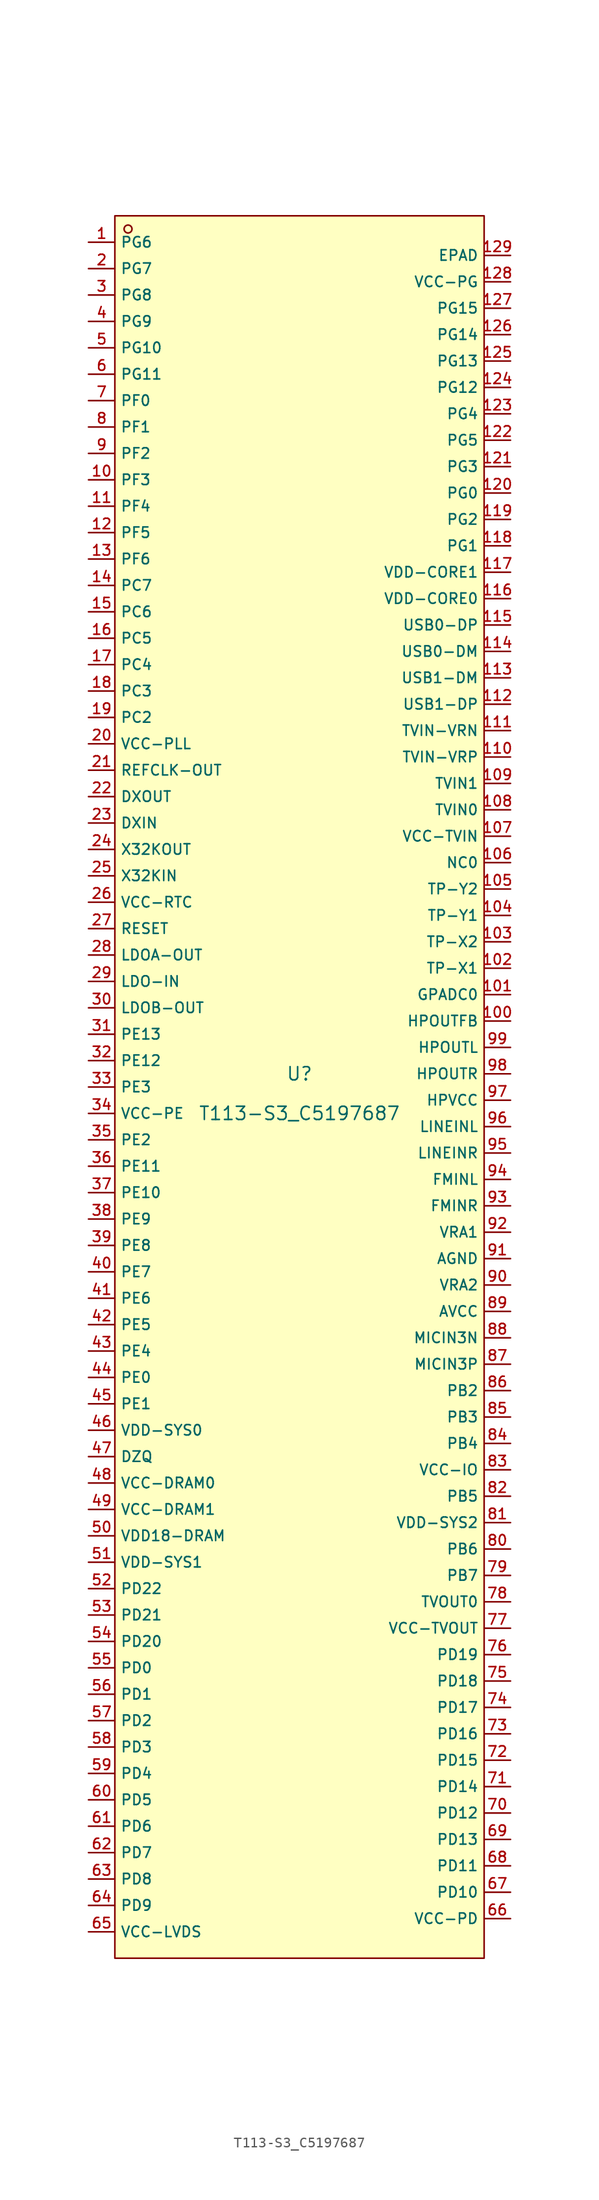
<source format=kicad_sym>
(kicad_symbol_lib
  (version 20210201)
  (generator TousstNicolas/JLC2KiCad_lib)
  (symbol "T113-S3_C5197687"
    (property "Reference" "U"
      (at 0 1.27 0)
      (effects (font (size 1.27 1.27))))
    (property "Value" "T113-S3_C5197687"
      (at 0 -2.54 0)
      (effects (font (size 1.27 1.27))))
    (symbol "T113-S3_C5197687_0_1"
      (rectangle (start -17.78 83.82) (end 17.78 -83.82) (stroke (width 0) (type default) (color 0 0 0 0)) (fill (type background)))
      (circle (center -16.51 82.55) (radius 0.381) (stroke (width 0) (type default) (color 0 0 0 0)) (fill (type background)))
      (pin unspecified line (at -20.32 81.28 0) (length 2.54) (name "PG6" (effects (font (size 1 1)))) (number "1" (effects (font (size 1 1)))))
      (pin unspecified line (at -20.32 78.74 0) (length 2.54) (name "PG7" (effects (font (size 1 1)))) (number "2" (effects (font (size 1 1)))))
      (pin unspecified line (at -20.32 76.2 0) (length 2.54) (name "PG8" (effects (font (size 1 1)))) (number "3" (effects (font (size 1 1)))))
      (pin unspecified line (at -20.32 73.66 0) (length 2.54) (name "PG9" (effects (font (size 1 1)))) (number "4" (effects (font (size 1 1)))))
      (pin unspecified line (at -20.32 71.12 0) (length 2.54) (name "PG10" (effects (font (size 1 1)))) (number "5" (effects (font (size 1 1)))))
      (pin unspecified line (at -20.32 68.58 0) (length 2.54) (name "PG11" (effects (font (size 1 1)))) (number "6" (effects (font (size 1 1)))))
      (pin unspecified line (at -20.32 66.04 0) (length 2.54) (name "PF0" (effects (font (size 1 1)))) (number "7" (effects (font (size 1 1)))))
      (pin unspecified line (at -20.32 63.5 0) (length 2.54) (name "PF1" (effects (font (size 1 1)))) (number "8" (effects (font (size 1 1)))))
      (pin unspecified line (at -20.32 60.96 0) (length 2.54) (name "PF2" (effects (font (size 1 1)))) (number "9" (effects (font (size 1 1)))))
      (pin unspecified line (at -20.32 58.42 0) (length 2.54) (name "PF3" (effects (font (size 1 1)))) (number "10" (effects (font (size 1 1)))))
      (pin unspecified line (at -20.32 55.88 0) (length 2.54) (name "PF4" (effects (font (size 1 1)))) (number "11" (effects (font (size 1 1)))))
      (pin unspecified line (at -20.32 53.34 0) (length 2.54) (name "PF5" (effects (font (size 1 1)))) (number "12" (effects (font (size 1 1)))))
      (pin unspecified line (at -20.32 50.8 0) (length 2.54) (name "PF6" (effects (font (size 1 1)))) (number "13" (effects (font (size 1 1)))))
      (pin unspecified line (at -20.32 48.26 0) (length 2.54) (name "PC7" (effects (font (size 1 1)))) (number "14" (effects (font (size 1 1)))))
      (pin unspecified line (at -20.32 45.72 0) (length 2.54) (name "PC6" (effects (font (size 1 1)))) (number "15" (effects (font (size 1 1)))))
      (pin unspecified line (at -20.32 43.18 0) (length 2.54) (name "PC5" (effects (font (size 1 1)))) (number "16" (effects (font (size 1 1)))))
      (pin unspecified line (at -20.32 40.64 0) (length 2.54) (name "PC4" (effects (font (size 1 1)))) (number "17" (effects (font (size 1 1)))))
      (pin unspecified line (at -20.32 38.1 0) (length 2.54) (name "PC3" (effects (font (size 1 1)))) (number "18" (effects (font (size 1 1)))))
      (pin unspecified line (at -20.32 35.56 0) (length 2.54) (name "PC2" (effects (font (size 1 1)))) (number "19" (effects (font (size 1 1)))))
      (pin unspecified line (at -20.32 33.02 0) (length 2.54) (name "VCC-PLL" (effects (font (size 1 1)))) (number "20" (effects (font (size 1 1)))))
      (pin unspecified line (at -20.32 30.48 0) (length 2.54) (name "REFCLK-OUT" (effects (font (size 1 1)))) (number "21" (effects (font (size 1 1)))))
      (pin unspecified line (at -20.32 27.94 0) (length 2.54) (name "DXOUT" (effects (font (size 1 1)))) (number "22" (effects (font (size 1 1)))))
      (pin unspecified line (at -20.32 25.4 0) (length 2.54) (name "DXIN" (effects (font (size 1 1)))) (number "23" (effects (font (size 1 1)))))
      (pin unspecified line (at -20.32 22.86 0) (length 2.54) (name "X32KOUT" (effects (font (size 1 1)))) (number "24" (effects (font (size 1 1)))))
      (pin unspecified line (at -20.32 20.32 0) (length 2.54) (name "X32KIN" (effects (font (size 1 1)))) (number "25" (effects (font (size 1 1)))))
      (pin unspecified line (at -20.32 17.78 0) (length 2.54) (name "VCC-RTC" (effects (font (size 1 1)))) (number "26" (effects (font (size 1 1)))))
      (pin unspecified line (at -20.32 15.24 0) (length 2.54) (name "RESET" (effects (font (size 1 1)))) (number "27" (effects (font (size 1 1)))))
      (pin unspecified line (at -20.32 12.7 0) (length 2.54) (name "LDOA-OUT" (effects (font (size 1 1)))) (number "28" (effects (font (size 1 1)))))
      (pin unspecified line (at -20.32 10.16 0) (length 2.54) (name "LDO-IN" (effects (font (size 1 1)))) (number "29" (effects (font (size 1 1)))))
      (pin unspecified line (at -20.32 7.62 0) (length 2.54) (name "LDOB-OUT" (effects (font (size 1 1)))) (number "30" (effects (font (size 1 1)))))
      (pin unspecified line (at -20.32 5.08 0) (length 2.54) (name "PE13" (effects (font (size 1 1)))) (number "31" (effects (font (size 1 1)))))
      (pin unspecified line (at -20.32 2.54 0) (length 2.54) (name "PE12" (effects (font (size 1 1)))) (number "32" (effects (font (size 1 1)))))
      (pin unspecified line (at -20.32 -0.0 0) (length 2.54) (name "PE3" (effects (font (size 1 1)))) (number "33" (effects (font (size 1 1)))))
      (pin unspecified line (at -20.32 -2.54 0) (length 2.54) (name "VCC-PE" (effects (font (size 1 1)))) (number "34" (effects (font (size 1 1)))))
      (pin unspecified line (at -20.32 -5.08 0) (length 2.54) (name "PE2" (effects (font (size 1 1)))) (number "35" (effects (font (size 1 1)))))
      (pin unspecified line (at -20.32 -7.62 0) (length 2.54) (name "PE11" (effects (font (size 1 1)))) (number "36" (effects (font (size 1 1)))))
      (pin unspecified line (at -20.32 -10.16 0) (length 2.54) (name "PE10" (effects (font (size 1 1)))) (number "37" (effects (font (size 1 1)))))
      (pin unspecified line (at -20.32 -12.7 0) (length 2.54) (name "PE9" (effects (font (size 1 1)))) (number "38" (effects (font (size 1 1)))))
      (pin unspecified line (at -20.32 -15.24 0) (length 2.54) (name "PE8" (effects (font (size 1 1)))) (number "39" (effects (font (size 1 1)))))
      (pin unspecified line (at -20.32 -17.78 0) (length 2.54) (name "PE7" (effects (font (size 1 1)))) (number "40" (effects (font (size 1 1)))))
      (pin unspecified line (at -20.32 -20.32 0) (length 2.54) (name "PE6" (effects (font (size 1 1)))) (number "41" (effects (font (size 1 1)))))
      (pin unspecified line (at -20.32 -22.86 0) (length 2.54) (name "PE5" (effects (font (size 1 1)))) (number "42" (effects (font (size 1 1)))))
      (pin unspecified line (at -20.32 -25.4 0) (length 2.54) (name "PE4" (effects (font (size 1 1)))) (number "43" (effects (font (size 1 1)))))
      (pin unspecified line (at -20.32 -27.94 0) (length 2.54) (name "PE0" (effects (font (size 1 1)))) (number "44" (effects (font (size 1 1)))))
      (pin unspecified line (at -20.32 -30.48 0) (length 2.54) (name "PE1" (effects (font (size 1 1)))) (number "45" (effects (font (size 1 1)))))
      (pin unspecified line (at -20.32 -33.02 0) (length 2.54) (name "VDD-SYS0" (effects (font (size 1 1)))) (number "46" (effects (font (size 1 1)))))
      (pin unspecified line (at -20.32 -35.56 0) (length 2.54) (name "DZQ" (effects (font (size 1 1)))) (number "47" (effects (font (size 1 1)))))
      (pin unspecified line (at -20.32 -38.1 0) (length 2.54) (name "VCC-DRAM0" (effects (font (size 1 1)))) (number "48" (effects (font (size 1 1)))))
      (pin unspecified line (at -20.32 -40.64 0) (length 2.54) (name "VCC-DRAM1" (effects (font (size 1 1)))) (number "49" (effects (font (size 1 1)))))
      (pin unspecified line (at -20.32 -43.18 0) (length 2.54) (name "VDD18-DRAM" (effects (font (size 1 1)))) (number "50" (effects (font (size 1 1)))))
      (pin unspecified line (at -20.32 -45.72 0) (length 2.54) (name "VDD-SYS1" (effects (font (size 1 1)))) (number "51" (effects (font (size 1 1)))))
      (pin unspecified line (at -20.32 -48.26 0) (length 2.54) (name "PD22" (effects (font (size 1 1)))) (number "52" (effects (font (size 1 1)))))
      (pin unspecified line (at -20.32 -50.8 0) (length 2.54) (name "PD21" (effects (font (size 1 1)))) (number "53" (effects (font (size 1 1)))))
      (pin unspecified line (at -20.32 -53.34 0) (length 2.54) (name "PD20" (effects (font (size 1 1)))) (number "54" (effects (font (size 1 1)))))
      (pin unspecified line (at -20.32 -55.88 0) (length 2.54) (name "PD0" (effects (font (size 1 1)))) (number "55" (effects (font (size 1 1)))))
      (pin unspecified line (at -20.32 -58.42 0) (length 2.54) (name "PD1" (effects (font (size 1 1)))) (number "56" (effects (font (size 1 1)))))
      (pin unspecified line (at -20.32 -60.96 0) (length 2.54) (name "PD2" (effects (font (size 1 1)))) (number "57" (effects (font (size 1 1)))))
      (pin unspecified line (at -20.32 -63.5 0) (length 2.54) (name "PD3" (effects (font (size 1 1)))) (number "58" (effects (font (size 1 1)))))
      (pin unspecified line (at -20.32 -66.04 0) (length 2.54) (name "PD4" (effects (font (size 1 1)))) (number "59" (effects (font (size 1 1)))))
      (pin unspecified line (at -20.32 -68.58 0) (length 2.54) (name "PD5" (effects (font (size 1 1)))) (number "60" (effects (font (size 1 1)))))
      (pin unspecified line (at -20.32 -71.12 0) (length 2.54) (name "PD6" (effects (font (size 1 1)))) (number "61" (effects (font (size 1 1)))))
      (pin unspecified line (at -20.32 -73.66 0) (length 2.54) (name "PD7" (effects (font (size 1 1)))) (number "62" (effects (font (size 1 1)))))
      (pin unspecified line (at -20.32 -76.2 0) (length 2.54) (name "PD8" (effects (font (size 1 1)))) (number "63" (effects (font (size 1 1)))))
      (pin unspecified line (at -20.32 -78.74 0) (length 2.54) (name "PD9" (effects (font (size 1 1)))) (number "64" (effects (font (size 1 1)))))
      (pin unspecified line (at -20.32 -81.28 0) (length 2.54) (name "VCC-LVDS" (effects (font (size 1 1)))) (number "65" (effects (font (size 1 1)))))
      (pin unspecified line (at 20.32 -80.01 180) (length 2.54) (name "VCC-PD" (effects (font (size 1 1)))) (number "66" (effects (font (size 1 1)))))
      (pin unspecified line (at 20.32 -77.47 180) (length 2.54) (name "PD10" (effects (font (size 1 1)))) (number "67" (effects (font (size 1 1)))))
      (pin unspecified line (at 20.32 -74.93 180) (length 2.54) (name "PD11" (effects (font (size 1 1)))) (number "68" (effects (font (size 1 1)))))
      (pin unspecified line (at 20.32 -72.39 180) (length 2.54) (name "PD13" (effects (font (size 1 1)))) (number "69" (effects (font (size 1 1)))))
      (pin unspecified line (at 20.32 -69.85 180) (length 2.54) (name "PD12" (effects (font (size 1 1)))) (number "70" (effects (font (size 1 1)))))
      (pin unspecified line (at 20.32 -67.31 180) (length 2.54) (name "PD14" (effects (font (size 1 1)))) (number "71" (effects (font (size 1 1)))))
      (pin unspecified line (at 20.32 -64.77 180) (length 2.54) (name "PD15" (effects (font (size 1 1)))) (number "72" (effects (font (size 1 1)))))
      (pin unspecified line (at 20.32 -62.23 180) (length 2.54) (name "PD16" (effects (font (size 1 1)))) (number "73" (effects (font (size 1 1)))))
      (pin unspecified line (at 20.32 -59.69 180) (length 2.54) (name "PD17" (effects (font (size 1 1)))) (number "74" (effects (font (size 1 1)))))
      (pin unspecified line (at 20.32 -57.15 180) (length 2.54) (name "PD18" (effects (font (size 1 1)))) (number "75" (effects (font (size 1 1)))))
      (pin unspecified line (at 20.32 -54.61 180) (length 2.54) (name "PD19" (effects (font (size 1 1)))) (number "76" (effects (font (size 1 1)))))
      (pin unspecified line (at 20.32 -52.07 180) (length 2.54) (name "VCC-TVOUT" (effects (font (size 1 1)))) (number "77" (effects (font (size 1 1)))))
      (pin unspecified line (at 20.32 -49.53 180) (length 2.54) (name "TVOUT0" (effects (font (size 1 1)))) (number "78" (effects (font (size 1 1)))))
      (pin unspecified line (at 20.32 -46.99 180) (length 2.54) (name "PB7" (effects (font (size 1 1)))) (number "79" (effects (font (size 1 1)))))
      (pin unspecified line (at 20.32 -44.45 180) (length 2.54) (name "PB6" (effects (font (size 1 1)))) (number "80" (effects (font (size 1 1)))))
      (pin unspecified line (at 20.32 -41.91 180) (length 2.54) (name "VDD-SYS2" (effects (font (size 1 1)))) (number "81" (effects (font (size 1 1)))))
      (pin unspecified line (at 20.32 -39.37 180) (length 2.54) (name "PB5" (effects (font (size 1 1)))) (number "82" (effects (font (size 1 1)))))
      (pin unspecified line (at 20.32 -36.83 180) (length 2.54) (name "VCC-IO" (effects (font (size 1 1)))) (number "83" (effects (font (size 1 1)))))
      (pin unspecified line (at 20.32 -34.29 180) (length 2.54) (name "PB4" (effects (font (size 1 1)))) (number "84" (effects (font (size 1 1)))))
      (pin unspecified line (at 20.32 -31.75 180) (length 2.54) (name "PB3" (effects (font (size 1 1)))) (number "85" (effects (font (size 1 1)))))
      (pin unspecified line (at 20.32 -29.21 180) (length 2.54) (name "PB2" (effects (font (size 1 1)))) (number "86" (effects (font (size 1 1)))))
      (pin unspecified line (at 20.32 -26.67 180) (length 2.54) (name "MICIN3P" (effects (font (size 1 1)))) (number "87" (effects (font (size 1 1)))))
      (pin unspecified line (at 20.32 -24.13 180) (length 2.54) (name "MICIN3N" (effects (font (size 1 1)))) (number "88" (effects (font (size 1 1)))))
      (pin unspecified line (at 20.32 -21.59 180) (length 2.54) (name "AVCC" (effects (font (size 1 1)))) (number "89" (effects (font (size 1 1)))))
      (pin unspecified line (at 20.32 -19.05 180) (length 2.54) (name "VRA2" (effects (font (size 1 1)))) (number "90" (effects (font (size 1 1)))))
      (pin unspecified line (at 20.32 -16.51 180) (length 2.54) (name "AGND" (effects (font (size 1 1)))) (number "91" (effects (font (size 1 1)))))
      (pin unspecified line (at 20.32 -13.97 180) (length 2.54) (name "VRA1" (effects (font (size 1 1)))) (number "92" (effects (font (size 1 1)))))
      (pin unspecified line (at 20.32 -11.43 180) (length 2.54) (name "FMINR" (effects (font (size 1 1)))) (number "93" (effects (font (size 1 1)))))
      (pin unspecified line (at 20.32 -8.89 180) (length 2.54) (name "FMINL" (effects (font (size 1 1)))) (number "94" (effects (font (size 1 1)))))
      (pin unspecified line (at 20.32 -6.35 180) (length 2.54) (name "LINEINR" (effects (font (size 1 1)))) (number "95" (effects (font (size 1 1)))))
      (pin unspecified line (at 20.32 -3.81 180) (length 2.54) (name "LINEINL" (effects (font (size 1 1)))) (number "96" (effects (font (size 1 1)))))
      (pin unspecified line (at 20.32 -1.27 180) (length 2.54) (name "HPVCC" (effects (font (size 1 1)))) (number "97" (effects (font (size 1 1)))))
      (pin unspecified line (at 20.32 1.27 180) (length 2.54) (name "HPOUTR" (effects (font (size 1 1)))) (number "98" (effects (font (size 1 1)))))
      (pin unspecified line (at 20.32 3.81 180) (length 2.54) (name "HPOUTL" (effects (font (size 1 1)))) (number "99" (effects (font (size 1 1)))))
      (pin unspecified line (at 20.32 6.35 180) (length 2.54) (name "HPOUTFB" (effects (font (size 1 1)))) (number "100" (effects (font (size 1 1)))))
      (pin unspecified line (at 20.32 8.89 180) (length 2.54) (name "GPADC0" (effects (font (size 1 1)))) (number "101" (effects (font (size 1 1)))))
      (pin unspecified line (at 20.32 11.43 180) (length 2.54) (name "TP-X1" (effects (font (size 1 1)))) (number "102" (effects (font (size 1 1)))))
      (pin unspecified line (at 20.32 13.97 180) (length 2.54) (name "TP-X2" (effects (font (size 1 1)))) (number "103" (effects (font (size 1 1)))))
      (pin unspecified line (at 20.32 16.51 180) (length 2.54) (name "TP-Y1" (effects (font (size 1 1)))) (number "104" (effects (font (size 1 1)))))
      (pin unspecified line (at 20.32 19.05 180) (length 2.54) (name "TP-Y2" (effects (font (size 1 1)))) (number "105" (effects (font (size 1 1)))))
      (pin unspecified line (at 20.32 21.59 180) (length 2.54) (name "NC0" (effects (font (size 1 1)))) (number "106" (effects (font (size 1 1)))))
      (pin unspecified line (at 20.32 24.13 180) (length 2.54) (name "VCC-TVIN" (effects (font (size 1 1)))) (number "107" (effects (font (size 1 1)))))
      (pin unspecified line (at 20.32 26.67 180) (length 2.54) (name "TVIN0" (effects (font (size 1 1)))) (number "108" (effects (font (size 1 1)))))
      (pin unspecified line (at 20.32 29.21 180) (length 2.54) (name "TVIN1" (effects (font (size 1 1)))) (number "109" (effects (font (size 1 1)))))
      (pin unspecified line (at 20.32 31.75 180) (length 2.54) (name "TVIN-VRP" (effects (font (size 1 1)))) (number "110" (effects (font (size 1 1)))))
      (pin unspecified line (at 20.32 34.29 180) (length 2.54) (name "TVIN-VRN" (effects (font (size 1 1)))) (number "111" (effects (font (size 1 1)))))
      (pin unspecified line (at 20.32 36.83 180) (length 2.54) (name "USB1-DP" (effects (font (size 1 1)))) (number "112" (effects (font (size 1 1)))))
      (pin unspecified line (at 20.32 39.37 180) (length 2.54) (name "USB1-DM" (effects (font (size 1 1)))) (number "113" (effects (font (size 1 1)))))
      (pin unspecified line (at 20.32 41.91 180) (length 2.54) (name "USB0-DM" (effects (font (size 1 1)))) (number "114" (effects (font (size 1 1)))))
      (pin unspecified line (at 20.32 44.45 180) (length 2.54) (name "USB0-DP" (effects (font (size 1 1)))) (number "115" (effects (font (size 1 1)))))
      (pin unspecified line (at 20.32 46.99 180) (length 2.54) (name "VDD-CORE0" (effects (font (size 1 1)))) (number "116" (effects (font (size 1 1)))))
      (pin unspecified line (at 20.32 49.53 180) (length 2.54) (name "VDD-CORE1" (effects (font (size 1 1)))) (number "117" (effects (font (size 1 1)))))
      (pin unspecified line (at 20.32 52.07 180) (length 2.54) (name "PG1" (effects (font (size 1 1)))) (number "118" (effects (font (size 1 1)))))
      (pin unspecified line (at 20.32 54.61 180) (length 2.54) (name "PG2" (effects (font (size 1 1)))) (number "119" (effects (font (size 1 1)))))
      (pin unspecified line (at 20.32 57.15 180) (length 2.54) (name "PG0" (effects (font (size 1 1)))) (number "120" (effects (font (size 1 1)))))
      (pin unspecified line (at 20.32 59.69 180) (length 2.54) (name "PG3" (effects (font (size 1 1)))) (number "121" (effects (font (size 1 1)))))
      (pin unspecified line (at 20.32 62.23 180) (length 2.54) (name "PG5" (effects (font (size 1 1)))) (number "122" (effects (font (size 1 1)))))
      (pin unspecified line (at 20.32 64.77 180) (length 2.54) (name "PG4" (effects (font (size 1 1)))) (number "123" (effects (font (size 1 1)))))
      (pin unspecified line (at 20.32 67.31 180) (length 2.54) (name "PG12" (effects (font (size 1 1)))) (number "124" (effects (font (size 1 1)))))
      (pin unspecified line (at 20.32 69.85 180) (length 2.54) (name "PG13" (effects (font (size 1 1)))) (number "125" (effects (font (size 1 1)))))
      (pin unspecified line (at 20.32 72.39 180) (length 2.54) (name "PG14" (effects (font (size 1 1)))) (number "126" (effects (font (size 1 1)))))
      (pin unspecified line (at 20.32 74.93 180) (length 2.54) (name "PG15" (effects (font (size 1 1)))) (number "127" (effects (font (size 1 1)))))
      (pin unspecified line (at 20.32 77.47 180) (length 2.54) (name "VCC-PG" (effects (font (size 1 1)))) (number "128" (effects (font (size 1 1)))))
      (pin unspecified line (at 20.32 80.01 180) (length 2.54) (name "EPAD" (effects (font (size 1 1)))) (number "129" (effects (font (size 1 1))))))))
</source>
